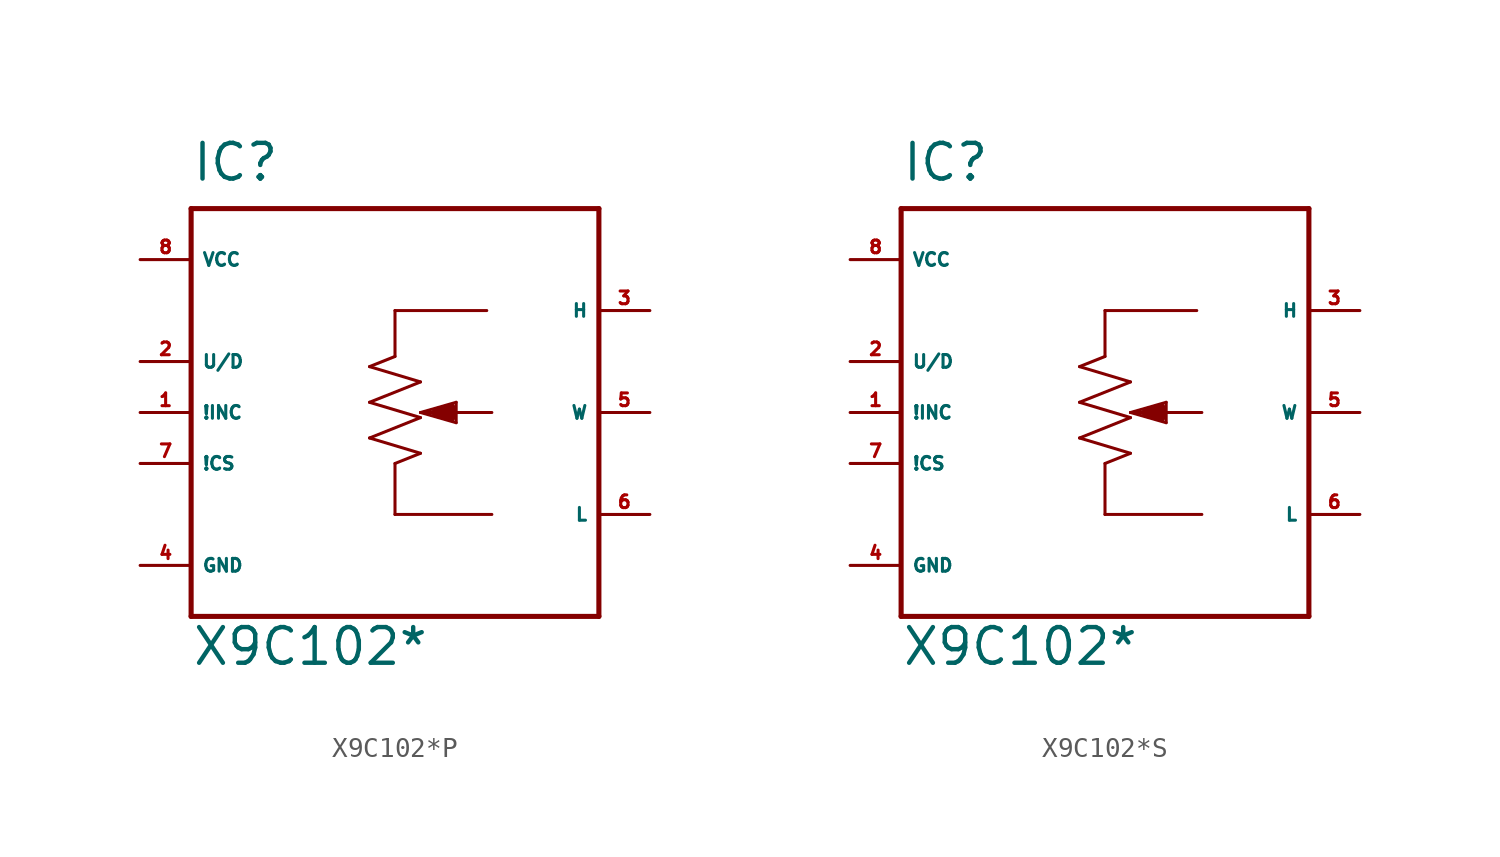
<source format=kicad_sym>
(kicad_symbol_lib
  (version 20220914)
  (generator Eagle2Kicad)
  (symbol "X9C102*P"
    (property "Reference" "IC"
      (at -10.16 11.43 0)
      (effects (font (size 1.778 1.778) (thickness 0.22)) (justify left bottom)))
    (property "Value" "X9C102*"
      (at -10.16 -12.7 0)
      (effects (font (size 1.778 1.778) (thickness 0.22)) (justify left bottom)))
    (polyline
      (pts (xy 4.572 5.08) (xy 0 5.08))
      (stroke (width 0.152) (type default))
      (fill (type none)))
    (polyline
      (pts (xy 0 5.08) (xy 0 2.794))
      (stroke (width 0.152) (type default))
      (fill (type none)))
    (polyline
      (pts (xy 0 -2.54) (xy 0 -5.08))
      (stroke (width 0.152) (type default))
      (fill (type none)))
    (polyline
      (pts (xy 0 -5.08) (xy 4.826 -5.08))
      (stroke (width 0.152) (type default))
      (fill (type none)))
    (polyline
      (pts (xy 0 2.794) (xy -1.27 2.286))
      (stroke (width 0.152) (type default))
      (fill (type none)))
    (polyline
      (pts (xy -1.27 2.286) (xy 1.27 1.524))
      (stroke (width 0.152) (type default))
      (fill (type none)))
    (polyline
      (pts (xy 1.27 1.524) (xy -1.27 0.508))
      (stroke (width 0.152) (type default))
      (fill (type none)))
    (polyline
      (pts (xy -1.27 0.508) (xy 1.27 -0.254))
      (stroke (width 0.152) (type default))
      (fill (type none)))
    (polyline
      (pts (xy 1.27 -0.254) (xy -1.27 -1.27))
      (stroke (width 0.152) (type default))
      (fill (type none)))
    (polyline
      (pts (xy -1.27 -1.27) (xy 1.27 -2.032))
      (stroke (width 0.152) (type default))
      (fill (type none)))
    (polyline
      (pts (xy 1.27 -2.032) (xy 0 -2.54))
      (stroke (width 0.152) (type default))
      (fill (type none)))
    (polyline
      (pts (xy 4.826 0) (xy 2.032 0))
      (stroke (width 0.152) (type default))
      (fill (type none)))
    (polyline
      (pts (xy 2.032 0) (xy 1.27 0))
      (stroke (width 0.152) (type default))
      (fill (type none)))
    (polyline
      (pts (xy 1.27 0) (xy 3.048 0.508))
      (stroke (width 0.152) (type default))
      (fill (type none)))
    (polyline
      (pts (xy 3.048 0.508) (xy 3.048 -0.508))
      (stroke (width 0.152) (type default))
      (fill (type none)))
    (polyline
      (pts (xy 3.048 -0.508) (xy 1.27 0))
      (stroke (width 0.152) (type default))
      (fill (type none)))
    (polyline
      (pts (xy 2.794 0.254) (xy 2.032 0))
      (stroke (width 0.406) (type default))
      (fill (type none)))
    (polyline
      (pts (xy 2.032 0) (xy 2.794 -0.254))
      (stroke (width 0.406) (type default))
      (fill (type none)))
    (polyline
      (pts (xy 2.794 -0.254) (xy 2.794 0.254))
      (stroke (width 0.406) (type default))
      (fill (type none)))
    (polyline
      (pts (xy -10.16 10.16) (xy -10.16 -10.16))
      (stroke (width 0.254) (type default))
      (fill (type none)))
    (polyline
      (pts (xy -10.16 -10.16) (xy 10.16 -10.16))
      (stroke (width 0.254) (type default))
      (fill (type none)))
    (polyline
      (pts (xy 10.16 -10.16) (xy 10.16 10.16))
      (stroke (width 0.254) (type default))
      (fill (type none)))
    (polyline
      (pts (xy 10.16 10.16) (xy -10.16 10.16))
      (stroke (width 0.254) (type default))
      (fill (type none)))
    (pin input line
      (at -12.7 2.54 0)
      (length 2.54)
      (name "U/D" (effects (font (size 0.635 0.635) (thickness 0.08)) (justify left bottom)))
      (number "2" (effects (font (size 0.635 0.635) (thickness 0.08)) (justify left bottom))))
    (pin input line
      (at -12.7 0 0)
      (length 2.54)
      (name "!INC" (effects (font (size 0.635 0.635) (thickness 0.08)) (justify left bottom)))
      (number "1" (effects (font (size 0.635 0.635) (thickness 0.08)) (justify left bottom))))
    (pin input line
      (at -12.7 -2.54 0)
      (length 2.54)
      (name "!CS" (effects (font (size 0.635 0.635) (thickness 0.08)) (justify left bottom)))
      (number "7" (effects (font (size 0.635 0.635) (thickness 0.08)) (justify left bottom))))
    (pin unspecified line
      (at -12.7 7.62 0)
      (length 2.54)
      (name "VCC" (effects (font (size 0.635 0.635) (thickness 0.08)) (justify left bottom)))
      (number "8" (effects (font (size 0.635 0.635) (thickness 0.08)) (justify left bottom))))
    (pin unspecified line
      (at -12.7 -7.62 0)
      (length 2.54)
      (name "GND" (effects (font (size 0.635 0.635) (thickness 0.08)) (justify left bottom)))
      (number "4" (effects (font (size 0.635 0.635) (thickness 0.08)) (justify left bottom))))
    (pin passive line
      (at 12.7 5.08 180)
      (length 2.54)
      (name "H" (effects (font (size 0.635 0.635) (thickness 0.08)) (justify left bottom)))
      (number "3" (effects (font (size 0.635 0.635) (thickness 0.08)) (justify left bottom))))
    (pin passive line
      (at 12.7 0 180)
      (length 2.54)
      (name "W" (effects (font (size 0.635 0.635) (thickness 0.08)) (justify left bottom)))
      (number "5" (effects (font (size 0.635 0.635) (thickness 0.08)) (justify left bottom))))
    (pin passive line
      (at 12.7 -5.08 180)
      (length 2.54)
      (name "L" (effects (font (size 0.635 0.635) (thickness 0.08)) (justify left bottom)))
      (number "6" (effects (font (size 0.635 0.635) (thickness 0.08)) (justify left bottom)))))
  (symbol "X9C102*S"
    (property "Reference" "IC"
      (at -10.16 11.43 0)
      (effects (font (size 1.778 1.778) (thickness 0.22)) (justify left bottom)))
    (property "Value" "X9C102*"
      (at -10.16 -12.7 0)
      (effects (font (size 1.778 1.778) (thickness 0.22)) (justify left bottom)))
    (polyline
      (pts (xy 4.572 5.08) (xy 0 5.08))
      (stroke (width 0.152) (type default))
      (fill (type none)))
    (polyline
      (pts (xy 0 5.08) (xy 0 2.794))
      (stroke (width 0.152) (type default))
      (fill (type none)))
    (polyline
      (pts (xy 0 -2.54) (xy 0 -5.08))
      (stroke (width 0.152) (type default))
      (fill (type none)))
    (polyline
      (pts (xy 0 -5.08) (xy 4.826 -5.08))
      (stroke (width 0.152) (type default))
      (fill (type none)))
    (polyline
      (pts (xy 0 2.794) (xy -1.27 2.286))
      (stroke (width 0.152) (type default))
      (fill (type none)))
    (polyline
      (pts (xy -1.27 2.286) (xy 1.27 1.524))
      (stroke (width 0.152) (type default))
      (fill (type none)))
    (polyline
      (pts (xy 1.27 1.524) (xy -1.27 0.508))
      (stroke (width 0.152) (type default))
      (fill (type none)))
    (polyline
      (pts (xy -1.27 0.508) (xy 1.27 -0.254))
      (stroke (width 0.152) (type default))
      (fill (type none)))
    (polyline
      (pts (xy 1.27 -0.254) (xy -1.27 -1.27))
      (stroke (width 0.152) (type default))
      (fill (type none)))
    (polyline
      (pts (xy -1.27 -1.27) (xy 1.27 -2.032))
      (stroke (width 0.152) (type default))
      (fill (type none)))
    (polyline
      (pts (xy 1.27 -2.032) (xy 0 -2.54))
      (stroke (width 0.152) (type default))
      (fill (type none)))
    (polyline
      (pts (xy 4.826 0) (xy 2.032 0))
      (stroke (width 0.152) (type default))
      (fill (type none)))
    (polyline
      (pts (xy 2.032 0) (xy 1.27 0))
      (stroke (width 0.152) (type default))
      (fill (type none)))
    (polyline
      (pts (xy 1.27 0) (xy 3.048 0.508))
      (stroke (width 0.152) (type default))
      (fill (type none)))
    (polyline
      (pts (xy 3.048 0.508) (xy 3.048 -0.508))
      (stroke (width 0.152) (type default))
      (fill (type none)))
    (polyline
      (pts (xy 3.048 -0.508) (xy 1.27 0))
      (stroke (width 0.152) (type default))
      (fill (type none)))
    (polyline
      (pts (xy 2.794 0.254) (xy 2.032 0))
      (stroke (width 0.406) (type default))
      (fill (type none)))
    (polyline
      (pts (xy 2.032 0) (xy 2.794 -0.254))
      (stroke (width 0.406) (type default))
      (fill (type none)))
    (polyline
      (pts (xy 2.794 -0.254) (xy 2.794 0.254))
      (stroke (width 0.406) (type default))
      (fill (type none)))
    (polyline
      (pts (xy -10.16 10.16) (xy -10.16 -10.16))
      (stroke (width 0.254) (type default))
      (fill (type none)))
    (polyline
      (pts (xy -10.16 -10.16) (xy 10.16 -10.16))
      (stroke (width 0.254) (type default))
      (fill (type none)))
    (polyline
      (pts (xy 10.16 -10.16) (xy 10.16 10.16))
      (stroke (width 0.254) (type default))
      (fill (type none)))
    (polyline
      (pts (xy 10.16 10.16) (xy -10.16 10.16))
      (stroke (width 0.254) (type default))
      (fill (type none)))
    (pin input line
      (at -12.7 2.54 0)
      (length 2.54)
      (name "U/D" (effects (font (size 0.635 0.635) (thickness 0.08)) (justify left bottom)))
      (number "2" (effects (font (size 0.635 0.635) (thickness 0.08)) (justify left bottom))))
    (pin input line
      (at -12.7 0 0)
      (length 2.54)
      (name "!INC" (effects (font (size 0.635 0.635) (thickness 0.08)) (justify left bottom)))
      (number "1" (effects (font (size 0.635 0.635) (thickness 0.08)) (justify left bottom))))
    (pin input line
      (at -12.7 -2.54 0)
      (length 2.54)
      (name "!CS" (effects (font (size 0.635 0.635) (thickness 0.08)) (justify left bottom)))
      (number "7" (effects (font (size 0.635 0.635) (thickness 0.08)) (justify left bottom))))
    (pin unspecified line
      (at -12.7 7.62 0)
      (length 2.54)
      (name "VCC" (effects (font (size 0.635 0.635) (thickness 0.08)) (justify left bottom)))
      (number "8" (effects (font (size 0.635 0.635) (thickness 0.08)) (justify left bottom))))
    (pin unspecified line
      (at -12.7 -7.62 0)
      (length 2.54)
      (name "GND" (effects (font (size 0.635 0.635) (thickness 0.08)) (justify left bottom)))
      (number "4" (effects (font (size 0.635 0.635) (thickness 0.08)) (justify left bottom))))
    (pin passive line
      (at 12.7 5.08 180)
      (length 2.54)
      (name "H" (effects (font (size 0.635 0.635) (thickness 0.08)) (justify left bottom)))
      (number "3" (effects (font (size 0.635 0.635) (thickness 0.08)) (justify left bottom))))
    (pin passive line
      (at 12.7 0 180)
      (length 2.54)
      (name "W" (effects (font (size 0.635 0.635) (thickness 0.08)) (justify left bottom)))
      (number "5" (effects (font (size 0.635 0.635) (thickness 0.08)) (justify left bottom))))
    (pin passive line
      (at 12.7 -5.08 180)
      (length 2.54)
      (name "L" (effects (font (size 0.635 0.635) (thickness 0.08)) (justify left bottom)))
      (number "6" (effects (font (size 0.635 0.635) (thickness 0.08)) (justify left bottom))))))
</source>
